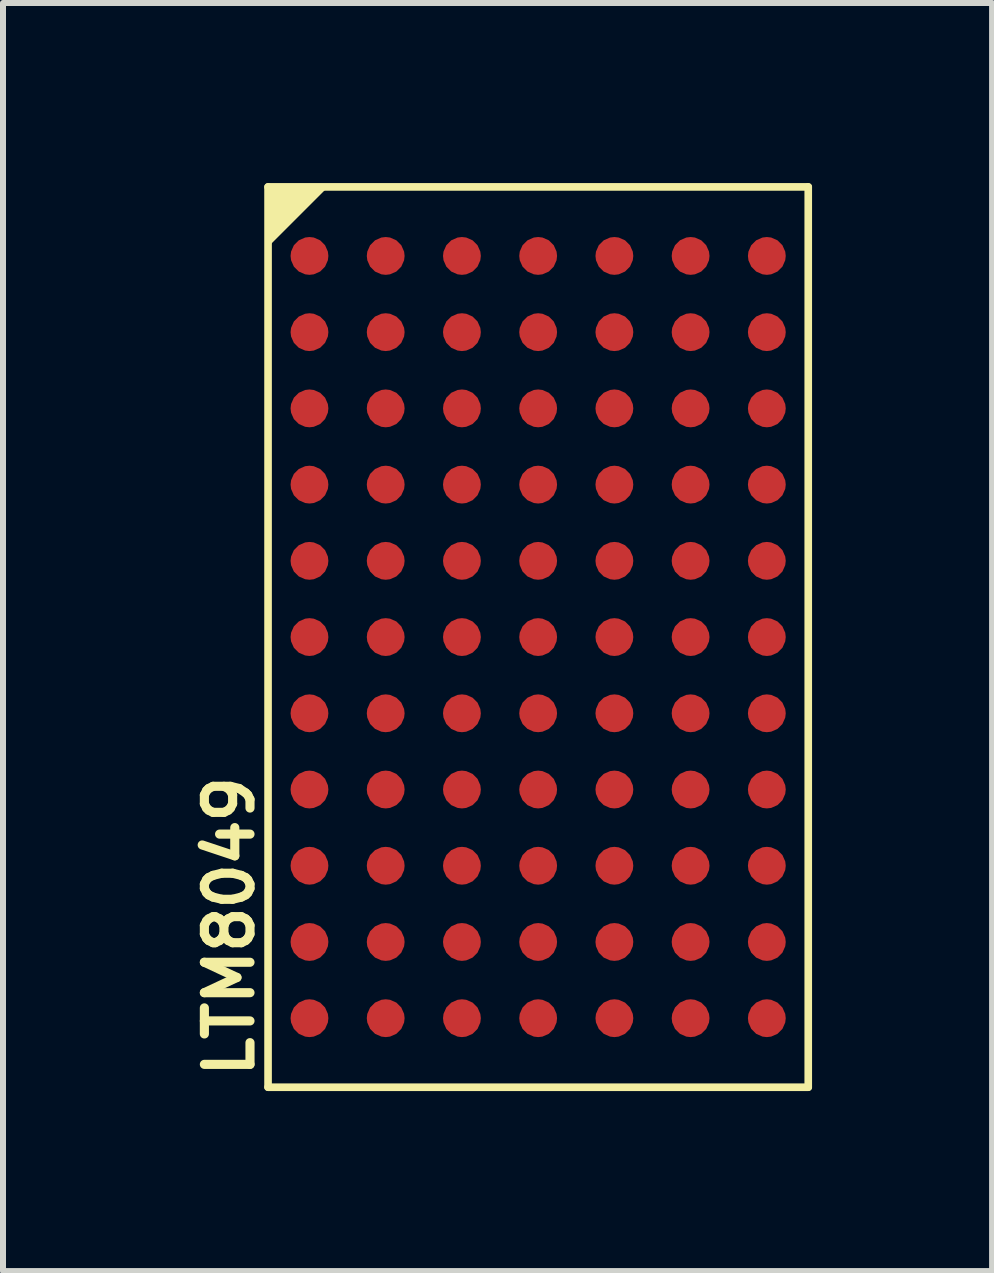
<source format=kicad_pcb>
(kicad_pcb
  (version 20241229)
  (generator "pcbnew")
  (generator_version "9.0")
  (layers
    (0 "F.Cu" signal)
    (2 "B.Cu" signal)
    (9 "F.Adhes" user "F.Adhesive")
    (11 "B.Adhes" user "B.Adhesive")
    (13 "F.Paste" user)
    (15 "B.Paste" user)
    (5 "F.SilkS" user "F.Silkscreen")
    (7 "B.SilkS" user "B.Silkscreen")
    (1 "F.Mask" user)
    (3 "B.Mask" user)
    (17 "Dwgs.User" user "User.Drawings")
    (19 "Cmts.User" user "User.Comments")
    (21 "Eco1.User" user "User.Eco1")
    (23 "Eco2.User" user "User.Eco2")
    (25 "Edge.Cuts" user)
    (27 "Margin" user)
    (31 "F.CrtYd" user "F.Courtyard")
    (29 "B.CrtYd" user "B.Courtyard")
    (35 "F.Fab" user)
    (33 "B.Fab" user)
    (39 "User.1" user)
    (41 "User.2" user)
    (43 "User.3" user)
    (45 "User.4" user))
  (footprint "LTM8049"
    (layer "F.Cu")
    (at 5.916 7.564)
    (property "Reference" "LTM8049" (at -4.7 7.4 90) (layer "F.SilkS") (effects (font (size 0.76 0.76) (thickness 0.152)) (justify left bottom)))
    (attr through_hole)
    (fp_line (start -4.5 -7.5) (end 4.5 -7.5) (stroke (width 0.127) (type solid)) (layer "F.SilkS"))
    (fp_line (start -4.5 7.5) (end -4.5 -7.5) (stroke (width 0.127) (type solid)) (layer "F.SilkS"))
    (fp_line (start 4.5 -7.5) (end 4.5 7.5) (stroke (width 0.127) (type solid)) (layer "F.SilkS"))
    (fp_line (start 4.5 7.5) (end -4.5 7.5) (stroke (width 0.127) (type solid)) (layer "F.SilkS"))
    (fp_poly (pts (xy -3.5 -7.5) (xy -4.5 -6.5) (xy -4.5 -7.5)) (stroke (width 0) (type solid)) (fill yes) (layer "F.SilkS"))
    (pad "A1" smd roundrect (at -3.81 -6.35 270) (size 0.63 0.63) (layers "F.Cu" "F.Mask" "F.Paste") (roundrect_rratio 0.5))
    (pad "A2" smd roundrect (at -2.54 -6.35 270) (size 0.63 0.63) (layers "F.Cu" "F.Mask" "F.Paste") (roundrect_rratio 0.5))
    (pad "A3" smd roundrect (at -1.27 -6.35 270) (size 0.63 0.63) (layers "F.Cu" "F.Mask" "F.Paste") (roundrect_rratio 0.5))
    (pad "A4" smd roundrect (at 0 -6.35 270) (size 0.63 0.63) (layers "F.Cu" "F.Mask" "F.Paste") (roundrect_rratio 0.5))
    (pad "A5" smd roundrect (at 1.27 -6.35 270) (size 0.63 0.63) (layers "F.Cu" "F.Mask" "F.Paste") (roundrect_rratio 0.5))
    (pad "A6" smd roundrect (at 2.54 -6.35 270) (size 0.63 0.63) (layers "F.Cu" "F.Mask" "F.Paste") (roundrect_rratio 0.5))
    (pad "A7" smd roundrect (at 3.81 -6.35 270) (size 0.63 0.63) (layers "F.Cu" "F.Mask" "F.Paste") (roundrect_rratio 0.5))
    (pad "B1" smd roundrect (at -3.81 -5.08 270) (size 0.63 0.63) (layers "F.Cu" "F.Mask" "F.Paste") (roundrect_rratio 0.5))
    (pad "B2" smd roundrect (at -2.54 -5.08 270) (size 0.63 0.63) (layers "F.Cu" "F.Mask" "F.Paste") (roundrect_rratio 0.5))
    (pad "B3" smd roundrect (at -1.27 -5.08 270) (size 0.63 0.63) (layers "F.Cu" "F.Mask" "F.Paste") (roundrect_rratio 0.5))
    (pad "B4" smd roundrect (at 0 -5.08 270) (size 0.63 0.63) (layers "F.Cu" "F.Mask" "F.Paste") (roundrect_rratio 0.5))
    (pad "B5" smd roundrect (at 1.27 -5.08 270) (size 0.63 0.63) (layers "F.Cu" "F.Mask" "F.Paste") (roundrect_rratio 0.5))
    (pad "B6" smd roundrect (at 2.54 -5.08 270) (size 0.63 0.63) (layers "F.Cu" "F.Mask" "F.Paste") (roundrect_rratio 0.5))
    (pad "B7" smd roundrect (at 3.81 -5.08 270) (size 0.63 0.63) (layers "F.Cu" "F.Mask" "F.Paste") (roundrect_rratio 0.5))
    (pad "C1" smd roundrect (at -3.81 -3.81 270) (size 0.63 0.63) (layers "F.Cu" "F.Mask" "F.Paste") (roundrect_rratio 0.5))
    (pad "C2" smd roundrect (at -2.54 -3.81 270) (size 0.63 0.63) (layers "F.Cu" "F.Mask" "F.Paste") (roundrect_rratio 0.5))
    (pad "C3" smd roundrect (at -1.27 -3.81 270) (size 0.63 0.63) (layers "F.Cu" "F.Mask" "F.Paste") (roundrect_rratio 0.5))
    (pad "C4" smd roundrect (at 0 -3.81 270) (size 0.63 0.63) (layers "F.Cu" "F.Mask" "F.Paste") (roundrect_rratio 0.5))
    (pad "C5" smd roundrect (at 1.27 -3.81 270) (size 0.63 0.63) (layers "F.Cu" "F.Mask" "F.Paste") (roundrect_rratio 0.5))
    (pad "C6" smd roundrect (at 2.54 -3.81 270) (size 0.63 0.63) (layers "F.Cu" "F.Mask" "F.Paste") (roundrect_rratio 0.5))
    (pad "C7" smd roundrect (at 3.81 -3.81 270) (size 0.63 0.63) (layers "F.Cu" "F.Mask" "F.Paste") (roundrect_rratio 0.5))
    (pad "D1" smd roundrect (at -3.81 -2.54 270) (size 0.63 0.63) (layers "F.Cu" "F.Mask" "F.Paste") (roundrect_rratio 0.5))
    (pad "D2" smd roundrect (at -2.54 -2.54 270) (size 0.63 0.63) (layers "F.Cu" "F.Mask" "F.Paste") (roundrect_rratio 0.5))
    (pad "D3" smd roundrect (at -1.27 -2.54 270) (size 0.63 0.63) (layers "F.Cu" "F.Mask" "F.Paste") (roundrect_rratio 0.5))
    (pad "D4" smd roundrect (at 0 -2.54 270) (size 0.63 0.63) (layers "F.Cu" "F.Mask" "F.Paste") (roundrect_rratio 0.5))
    (pad "D5" smd roundrect (at 1.27 -2.54 270) (size 0.63 0.63) (layers "F.Cu" "F.Mask" "F.Paste") (roundrect_rratio 0.5))
    (pad "D6" smd roundrect (at 2.54 -2.54 270) (size 0.63 0.63) (layers "F.Cu" "F.Mask" "F.Paste") (roundrect_rratio 0.5))
    (pad "D7" smd roundrect (at 3.81 -2.54 270) (size 0.63 0.63) (layers "F.Cu" "F.Mask" "F.Paste") (roundrect_rratio 0.5))
    (pad "E1" smd roundrect (at -3.81 -1.27 270) (size 0.63 0.63) (layers "F.Cu" "F.Mask" "F.Paste") (roundrect_rratio 0.5))
    (pad "E2" smd roundrect (at -2.54 -1.27 270) (size 0.63 0.63) (layers "F.Cu" "F.Mask" "F.Paste") (roundrect_rratio 0.5))
    (pad "E3" smd roundrect (at -1.27 -1.27 270) (size 0.63 0.63) (layers "F.Cu" "F.Mask" "F.Paste") (roundrect_rratio 0.5))
    (pad "E4" smd roundrect (at 0 -1.27 270) (size 0.63 0.63) (layers "F.Cu" "F.Mask" "F.Paste") (roundrect_rratio 0.5))
    (pad "E5" smd roundrect (at 1.27 -1.27 270) (size 0.63 0.63) (layers "F.Cu" "F.Mask" "F.Paste") (roundrect_rratio 0.5))
    (pad "E6" smd roundrect (at 2.54 -1.27 270) (size 0.63 0.63) (layers "F.Cu" "F.Mask" "F.Paste") (roundrect_rratio 0.5))
    (pad "E7" smd roundrect (at 3.81 -1.27 270) (size 0.63 0.63) (layers "F.Cu" "F.Mask" "F.Paste") (roundrect_rratio 0.5))
    (pad "F1" smd roundrect (at -3.81 0 270) (size 0.63 0.63) (layers "F.Cu" "F.Mask" "F.Paste") (roundrect_rratio 0.5))
    (pad "F2" smd roundrect (at -2.54 0 270) (size 0.63 0.63) (layers "F.Cu" "F.Mask" "F.Paste") (roundrect_rratio 0.5))
    (pad "F3" smd roundrect (at -1.27 0 270) (size 0.63 0.63) (layers "F.Cu" "F.Mask" "F.Paste") (roundrect_rratio 0.5))
    (pad "F4" smd roundrect (at 0 0 270) (size 0.63 0.63) (layers "F.Cu" "F.Mask" "F.Paste") (roundrect_rratio 0.5))
    (pad "F5" smd roundrect (at 1.27 0 270) (size 0.63 0.63) (layers "F.Cu" "F.Mask" "F.Paste") (roundrect_rratio 0.5))
    (pad "F6" smd roundrect (at 2.54 0 270) (size 0.63 0.63) (layers "F.Cu" "F.Mask" "F.Paste") (roundrect_rratio 0.5))
    (pad "F7" smd roundrect (at 3.81 0 270) (size 0.63 0.63) (layers "F.Cu" "F.Mask" "F.Paste") (roundrect_rratio 0.5))
    (pad "G1" smd roundrect (at -3.81 1.27 270) (size 0.63 0.63) (layers "F.Cu" "F.Mask" "F.Paste") (roundrect_rratio 0.5))
    (pad "G2" smd roundrect (at -2.54 1.27 270) (size 0.63 0.63) (layers "F.Cu" "F.Mask" "F.Paste") (roundrect_rratio 0.5))
    (pad "G3" smd roundrect (at -1.27 1.27 270) (size 0.63 0.63) (layers "F.Cu" "F.Mask" "F.Paste") (roundrect_rratio 0.5))
    (pad "G4" smd roundrect (at 0 1.27 270) (size 0.63 0.63) (layers "F.Cu" "F.Mask" "F.Paste") (roundrect_rratio 0.5))
    (pad "G5" smd roundrect (at 1.27 1.27 270) (size 0.63 0.63) (layers "F.Cu" "F.Mask" "F.Paste") (roundrect_rratio 0.5))
    (pad "G6" smd roundrect (at 2.54 1.27 270) (size 0.63 0.63) (layers "F.Cu" "F.Mask" "F.Paste") (roundrect_rratio 0.5))
    (pad "G7" smd roundrect (at 3.81 1.27 270) (size 0.63 0.63) (layers "F.Cu" "F.Mask" "F.Paste") (roundrect_rratio 0.5))
    (pad "H1" smd roundrect (at -3.81 2.54 270) (size 0.63 0.63) (layers "F.Cu" "F.Mask" "F.Paste") (roundrect_rratio 0.5))
    (pad "H2" smd roundrect (at -2.54 2.54 270) (size 0.63 0.63) (layers "F.Cu" "F.Mask" "F.Paste") (roundrect_rratio 0.5))
    (pad "H3" smd roundrect (at -1.27 2.54 270) (size 0.63 0.63) (layers "F.Cu" "F.Mask" "F.Paste") (roundrect_rratio 0.5))
    (pad "H4" smd roundrect (at 0 2.54 270) (size 0.63 0.63) (layers "F.Cu" "F.Mask" "F.Paste") (roundrect_rratio 0.5))
    (pad "H5" smd roundrect (at 1.27 2.54 270) (size 0.63 0.63) (layers "F.Cu" "F.Mask" "F.Paste") (roundrect_rratio 0.5))
    (pad "H6" smd roundrect (at 2.54 2.54 270) (size 0.63 0.63) (layers "F.Cu" "F.Mask" "F.Paste") (roundrect_rratio 0.5))
    (pad "H7" smd roundrect (at 3.81 2.54 270) (size 0.63 0.63) (layers "F.Cu" "F.Mask" "F.Paste") (roundrect_rratio 0.5))
    (pad "J1" smd roundrect (at -3.81 3.81 270) (size 0.63 0.63) (layers "F.Cu" "F.Mask" "F.Paste") (roundrect_rratio 0.5))
    (pad "J2" smd roundrect (at -2.54 3.81 270) (size 0.63 0.63) (layers "F.Cu" "F.Mask" "F.Paste") (roundrect_rratio 0.5))
    (pad "J3" smd roundrect (at -1.27 3.81 270) (size 0.63 0.63) (layers "F.Cu" "F.Mask" "F.Paste") (roundrect_rratio 0.5))
    (pad "J4" smd roundrect (at 0 3.81 270) (size 0.63 0.63) (layers "F.Cu" "F.Mask" "F.Paste") (roundrect_rratio 0.5))
    (pad "J5" smd roundrect (at 1.27 3.81 270) (size 0.63 0.63) (layers "F.Cu" "F.Mask" "F.Paste") (roundrect_rratio 0.5))
    (pad "J6" smd roundrect (at 2.54 3.81 270) (size 0.63 0.63) (layers "F.Cu" "F.Mask" "F.Paste") (roundrect_rratio 0.5))
    (pad "J7" smd roundrect (at 3.81 3.81 270) (size 0.63 0.63) (layers "F.Cu" "F.Mask" "F.Paste") (roundrect_rratio 0.5))
    (pad "K1" smd roundrect (at -3.81 5.08 270) (size 0.63 0.63) (layers "F.Cu" "F.Mask" "F.Paste") (roundrect_rratio 0.5))
    (pad "K2" smd roundrect (at -2.54 5.08 270) (size 0.63 0.63) (layers "F.Cu" "F.Mask" "F.Paste") (roundrect_rratio 0.5))
    (pad "K3" smd roundrect (at -1.27 5.08 270) (size 0.63 0.63) (layers "F.Cu" "F.Mask" "F.Paste") (roundrect_rratio 0.5))
    (pad "K4" smd roundrect (at 0 5.08 270) (size 0.63 0.63) (layers "F.Cu" "F.Mask" "F.Paste") (roundrect_rratio 0.5))
    (pad "K5" smd roundrect (at 1.27 5.08 270) (size 0.63 0.63) (layers "F.Cu" "F.Mask" "F.Paste") (roundrect_rratio 0.5))
    (pad "K6" smd roundrect (at 2.54 5.08 270) (size 0.63 0.63) (layers "F.Cu" "F.Mask" "F.Paste") (roundrect_rratio 0.5))
    (pad "K7" smd roundrect (at 3.81 5.08 270) (size 0.63 0.63) (layers "F.Cu" "F.Mask" "F.Paste") (roundrect_rratio 0.5))
    (pad "L1" smd roundrect (at -3.81 6.35 270) (size 0.63 0.63) (layers "F.Cu" "F.Mask" "F.Paste") (roundrect_rratio 0.5))
    (pad "L2" smd roundrect (at -2.54 6.35 270) (size 0.63 0.63) (layers "F.Cu" "F.Mask" "F.Paste") (roundrect_rratio 0.5))
    (pad "L3" smd roundrect (at -1.27 6.35 270) (size 0.63 0.63) (layers "F.Cu" "F.Mask" "F.Paste") (roundrect_rratio 0.5))
    (pad "L4" smd roundrect (at 0 6.35 270) (size 0.63 0.63) (layers "F.Cu" "F.Mask" "F.Paste") (roundrect_rratio 0.5))
    (pad "L5" smd roundrect (at 1.27 6.35 270) (size 0.63 0.63) (layers "F.Cu" "F.Mask" "F.Paste") (roundrect_rratio 0.5))
    (pad "L6" smd roundrect (at 2.54 6.35 270) (size 0.63 0.63) (layers "F.Cu" "F.Mask" "F.Paste") (roundrect_rratio 0.5))
    (pad "L7" smd roundrect (at 3.81 6.35 270) (size 0.63 0.63) (layers "F.Cu" "F.Mask" "F.Paste") (roundrect_rratio 0.5)))
  (gr_rect
    (start -3 -3)
    (end 13.479 18.127)
    (stroke (width 0.1) (type default))
    (fill no)
    (layer "Edge.Cuts")))
</source>
